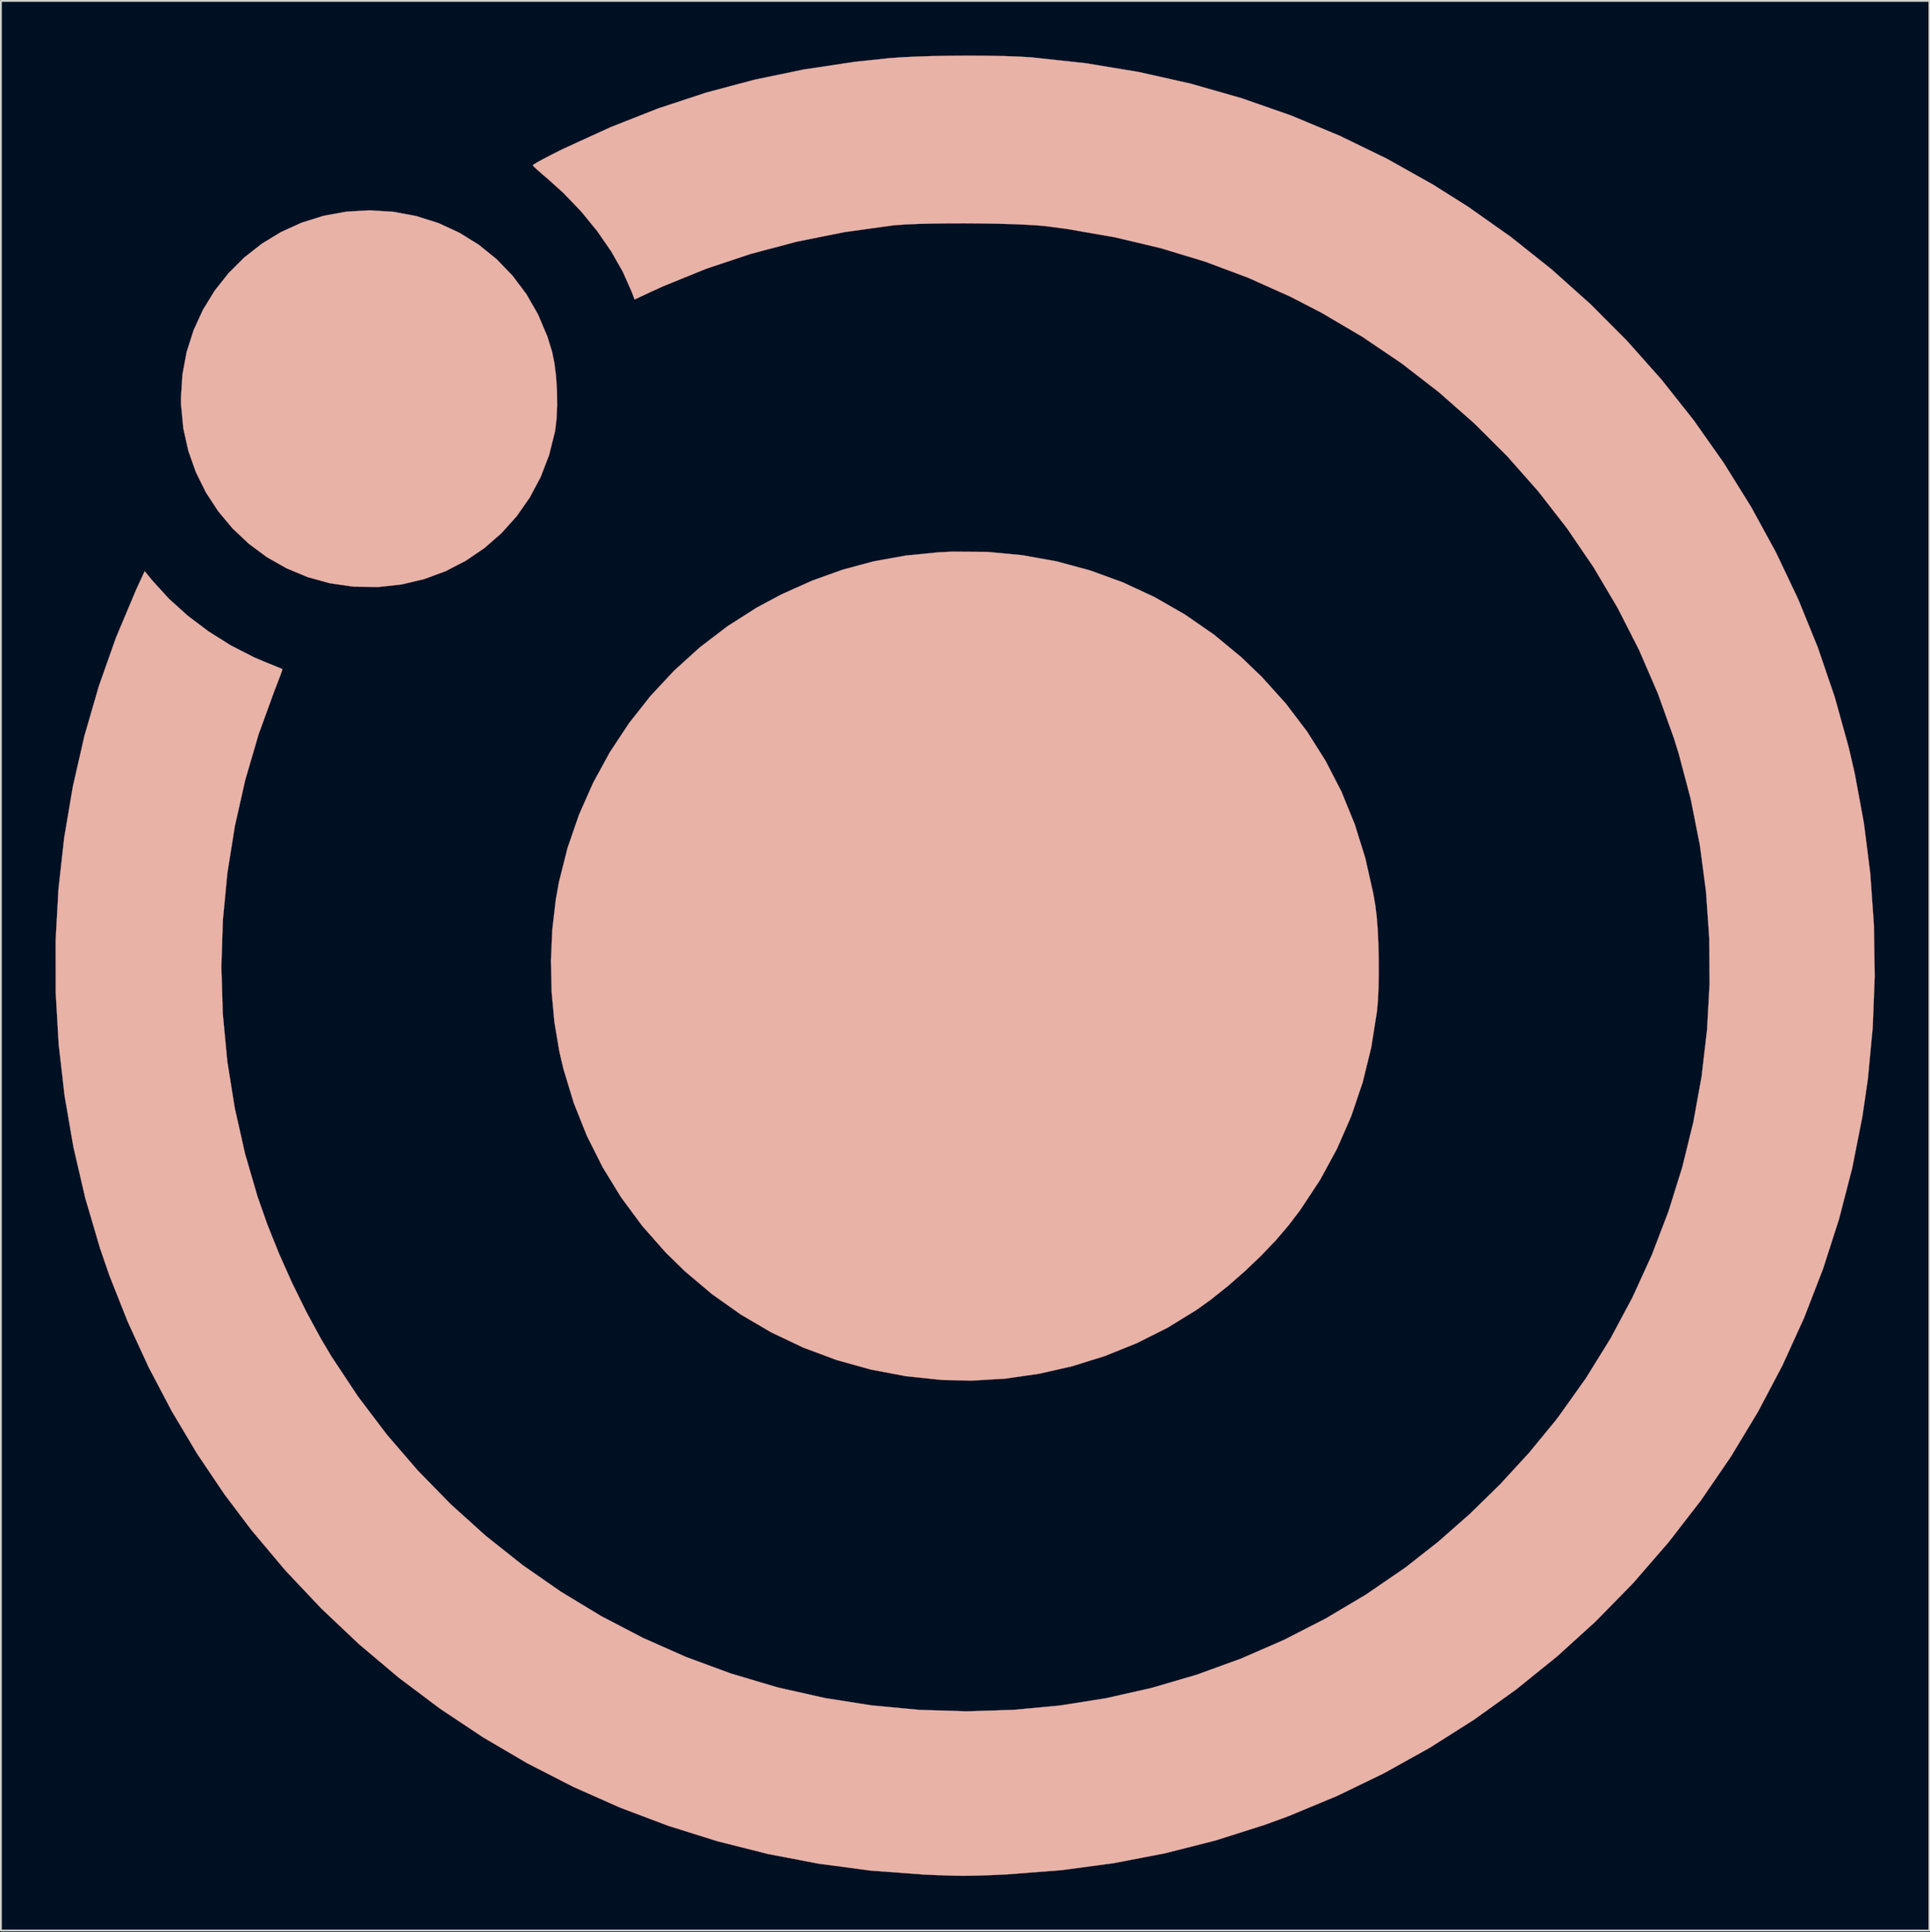
<source format=kicad_pcb>
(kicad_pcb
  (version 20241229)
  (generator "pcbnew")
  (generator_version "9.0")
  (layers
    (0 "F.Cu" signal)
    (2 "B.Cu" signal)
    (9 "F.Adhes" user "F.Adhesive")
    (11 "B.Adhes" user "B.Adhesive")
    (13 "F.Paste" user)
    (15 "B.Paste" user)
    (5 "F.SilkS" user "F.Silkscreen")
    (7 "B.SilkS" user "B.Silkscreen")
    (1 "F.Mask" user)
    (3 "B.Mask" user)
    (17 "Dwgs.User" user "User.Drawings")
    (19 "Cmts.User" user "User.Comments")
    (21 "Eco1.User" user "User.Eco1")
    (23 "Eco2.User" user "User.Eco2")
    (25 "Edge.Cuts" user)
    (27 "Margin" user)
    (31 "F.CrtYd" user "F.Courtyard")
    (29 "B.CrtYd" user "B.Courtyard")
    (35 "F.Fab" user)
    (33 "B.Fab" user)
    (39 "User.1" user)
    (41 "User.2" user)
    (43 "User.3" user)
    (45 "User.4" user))
  (footprint "ionic_10x10_B"
    (layer "F.Cu")
    (at 49.895 49.896)
    (property "Reference" "ionic_10x10_B" (at 0 0 0) (layer "B.SilkS") (effects (font (size 1.524 1.524) (thickness 0.3))))
    (attr through_hole)
    (fp_poly (pts (xy -31.355 -41.321) (xy -30.079 -41.083) (xy -28.864 -40.697) (xy -27.719 -40.169) (xy -26.655 -39.508) (xy -25.681 -38.721) (xy -24.808 -37.817) (xy -24.045 -36.802) (xy -23.403 -35.685) (xy -22.891 -34.474) (xy -22.628 -33.619) (xy -22.503 -33.003) (xy -22.414 -32.276) (xy -22.364 -31.489) (xy -22.355 -30.696) (xy -22.388 -29.95) (xy -22.466 -29.305) (xy -22.475 -29.252) (xy -22.796 -27.966) (xy -23.261 -26.758) (xy -23.858 -25.636) (xy -24.577 -24.608) (xy -25.408 -23.682) (xy -26.341 -22.867) (xy -27.364 -22.17) (xy -28.468 -21.599) (xy -29.641 -21.163) (xy -30.874 -20.869) (xy -32.155 -20.725) (xy -33.475 -20.741) (xy -33.57 -20.748) (xy -34.845 -20.933) (xy -36.062 -21.271) (xy -37.213 -21.75) (xy -38.288 -22.361) (xy -39.277 -23.092) (xy -40.171 -23.934) (xy -40.96 -24.876) (xy -41.635 -25.908) (xy -42.187 -27.02) (xy -42.605 -28.2) (xy -42.881 -29.439) (xy -43.004 -30.725) (xy -43.01 -31.079) (xy -42.93 -32.379) (xy -42.695 -33.63) (xy -42.314 -34.823) (xy -41.798 -35.947) (xy -41.155 -36.994) (xy -40.396 -37.952) (xy -39.531 -38.814) (xy -38.568 -39.569) (xy -37.518 -40.207) (xy -36.391 -40.719) (xy -35.195 -41.096) (xy -33.941 -41.326) (xy -32.681 -41.402) (xy -31.355 -41.321)) (stroke (width 0.01) (type solid)) (fill yes) (layer "B.SilkS"))
    (fp_poly (pts (xy 1.273 -22.649) (xy 3.196 -22.469) (xy 5.084 -22.128) (xy 6.928 -21.628) (xy 8.721 -20.973) (xy 10.454 -20.166) (xy 12.119 -19.211) (xy 13.709 -18.11) (xy 15.214 -16.867) (xy 16.346 -15.779) (xy 17.662 -14.316) (xy 18.827 -12.782) (xy 19.842 -11.174) (xy 20.71 -9.487) (xy 21.433 -7.716) (xy 22.014 -5.857) (xy 22.454 -3.905) (xy 22.567 -3.251) (xy 22.638 -2.683) (xy 22.694 -1.987) (xy 22.733 -1.204) (xy 22.754 -0.376) (xy 22.758 0.458) (xy 22.744 1.256) (xy 22.71 1.978) (xy 22.659 2.564) (xy 22.346 4.54) (xy 21.876 6.458) (xy 21.249 8.315) (xy 20.468 10.104) (xy 19.535 11.822) (xy 18.453 13.463) (xy 17.811 14.309) (xy 17.109 15.132) (xy 16.29 15.989) (xy 15.392 16.845) (xy 14.453 17.665) (xy 13.512 18.413) (xy 12.742 18.964) (xy 11.156 19.938) (xy 9.48 20.779) (xy 7.732 21.485) (xy 5.931 22.048) (xy 4.095 22.465) (xy 2.241 22.731) (xy 0.388 22.84) (xy -1.228 22.803) (xy -3.213 22.596) (xy -5.147 22.229) (xy -7.025 21.705) (xy -8.84 21.027) (xy -10.586 20.198) (xy -12.256 19.221) (xy -13.845 18.098) (xy -15.345 16.833) (xy -16.399 15.802) (xy -17.686 14.343) (xy -18.839 12.783) (xy -19.852 11.132) (xy -20.722 9.401) (xy -21.442 7.598) (xy -22.008 5.732) (xy -22.233 4.772) (xy -22.502 3.178) (xy -22.656 1.505) (xy -22.695 -0.204) (xy -22.62 -1.904) (xy -22.43 -3.551) (xy -22.256 -4.522) (xy -21.782 -6.403) (xy -21.154 -8.223) (xy -20.378 -9.976) (xy -19.462 -11.651) (xy -18.412 -13.241) (xy -17.234 -14.736) (xy -15.936 -16.128) (xy -14.523 -17.409) (xy -13.003 -18.569) (xy -11.383 -19.601) (xy -10.042 -20.317) (xy -8.346 -21.077) (xy -6.663 -21.68) (xy -4.965 -22.135) (xy -3.222 -22.448) (xy -1.404 -22.628) (xy -0.677 -22.663) (xy 1.273 -22.649)) (stroke (width 0.01) (type solid)) (fill yes) (layer "B.SilkS"))
    (fp_poly (pts (xy 1.205 -49.886) (xy 2.122 -49.869) (xy 2.948 -49.84) (xy 3.646 -49.8) (xy 3.725 -49.793) (xy 6.678 -49.474) (xy 9.579 -48.994) (xy 12.424 -48.356) (xy 15.212 -47.56) (xy 17.939 -46.608) (xy 20.602 -45.499) (xy 23.199 -44.236) (xy 25.726 -42.819) (xy 27.644 -41.61) (xy 29.997 -39.951) (xy 32.242 -38.165) (xy 34.375 -36.257) (xy 36.39 -34.235) (xy 38.285 -32.104) (xy 40.054 -29.872) (xy 41.693 -27.544) (xy 43.198 -25.127) (xy 44.565 -22.626) (xy 45.789 -20.049) (xy 46.865 -17.402) (xy 47.79 -14.691) (xy 48.559 -11.923) (xy 48.891 -10.487) (xy 49.394 -7.763) (xy 49.745 -4.986) (xy 49.942 -2.174) (xy 49.987 0.651) (xy 49.877 3.469) (xy 49.614 6.26) (xy 49.314 8.328) (xy 48.752 11.174) (xy 48.03 13.97) (xy 47.149 16.709) (xy 46.113 19.388) (xy 44.923 22.001) (xy 43.582 24.544) (xy 42.092 27.012) (xy 40.456 29.401) (xy 38.675 31.705) (xy 36.753 33.921) (xy 36.646 34.036) (xy 34.65 36.072) (xy 32.535 37.99) (xy 30.309 39.787) (xy 27.981 41.456) (xy 25.558 42.991) (xy 23.049 44.388) (xy 20.463 45.641) (xy 17.808 46.744) (xy 16.51 47.219) (xy 13.791 48.083) (xy 11.016 48.787) (xy 8.185 49.331) (xy 5.297 49.716) (xy 2.351 49.942) (xy 2.159 49.951) (xy 1.464 49.982) (xy 0.89 50.004) (xy 0.395 50.016) (xy -0.063 50.02) (xy -0.527 50.015) (xy -1.04 50) (xy -1.644 49.977) (xy -2.254 49.95) (xy -5.132 49.737) (xy -7.977 49.36) (xy -10.781 48.823) (xy -13.54 48.128) (xy -16.247 47.279) (xy -18.896 46.28) (xy -21.481 45.133) (xy -23.996 43.843) (xy -26.435 42.411) (xy -28.792 40.842) (xy -31.061 39.138) (xy -33.236 37.304) (xy -35.311 35.341) (xy -37.28 33.255) (xy -39.137 31.047) (xy -40.619 29.083) (xy -42.117 26.861) (xy -43.511 24.523) (xy -44.787 22.097) (xy -45.931 19.61) (xy -46.93 17.09) (xy -47.453 15.574) (xy -48.263 12.819) (xy -48.911 10.03) (xy -49.397 7.215) (xy -49.722 4.381) (xy -49.886 1.538) (xy -49.89 -1.306) (xy -49.734 -4.144) (xy -49.419 -6.967) (xy -48.945 -9.768) (xy -48.313 -12.536) (xy -47.523 -15.266) (xy -46.576 -17.947) (xy -45.471 -20.573) (xy -45.325 -20.892) (xy -45 -21.591) (xy -44.577 -21.073) (xy -43.672 -20.081) (xy -42.631 -19.142) (xy -41.485 -18.279) (xy -40.264 -17.513) (xy -38.999 -16.867) (xy -38.417 -16.618) (xy -38.048 -16.47) (xy -37.741 -16.344) (xy -37.528 -16.255) (xy -37.441 -16.215) (xy -37.44 -16.215) (xy -37.461 -16.133) (xy -37.535 -15.923) (xy -37.651 -15.613) (xy -37.798 -15.234) (xy -37.851 -15.102) (xy -38.747 -12.636) (xy -39.481 -10.129) (xy -40.052 -7.591) (xy -40.461 -5.029) (xy -40.708 -2.452) (xy -40.791 0.134) (xy -40.711 2.719) (xy -40.468 5.296) (xy -40.06 7.857) (xy -39.489 10.393) (xy -38.804 12.742) (xy -38.262 14.281) (xy -37.621 15.878) (xy -36.903 17.486) (xy -36.13 19.056) (xy -35.325 20.539) (xy -34.755 21.5) (xy -33.295 23.703) (xy -31.712 25.794) (xy -30.01 27.77) (xy -28.196 29.626) (xy -26.275 31.358) (xy -24.253 32.963) (xy -22.136 34.434) (xy -19.929 35.769) (xy -17.639 36.963) (xy -15.27 38.012) (xy -12.829 38.912) (xy -10.321 39.658) (xy -10.139 39.705) (xy -7.626 40.268) (xy -5.068 40.67) (xy -2.48 40.912) (xy 0.125 40.992) (xy 2.73 40.91) (xy 5.249 40.674) (xy 7.78 40.274) (xy 10.286 39.708) (xy 12.757 38.984) (xy 15.182 38.104) (xy 17.549 37.073) (xy 19.845 35.897) (xy 22.061 34.579) (xy 24.184 33.125) (xy 24.241 33.083) (xy 26.016 31.69) (xy 27.757 30.159) (xy 29.431 28.52) (xy 31.008 26.804) (xy 32.457 25.041) (xy 32.628 24.819) (xy 34.13 22.71) (xy 35.486 20.52) (xy 36.695 18.258) (xy 37.755 15.932) (xy 38.665 13.55) (xy 39.424 11.119) (xy 40.031 8.649) (xy 40.483 6.146) (xy 40.78 3.619) (xy 40.92 1.075) (xy 40.901 -1.476) (xy 40.724 -4.027) (xy 40.385 -6.571) (xy 39.884 -9.099) (xy 39.22 -11.603) (xy 38.97 -12.404) (xy 38.086 -14.87) (xy 37.053 -17.262) (xy 35.875 -19.573) (xy 34.557 -21.798) (xy 33.105 -23.93) (xy 31.523 -25.965) (xy 29.818 -27.895) (xy 27.992 -29.716) (xy 26.053 -31.421) (xy 24.005 -33.005) (xy 21.852 -34.461) (xy 19.6 -35.785) (xy 17.907 -36.659) (xy 15.595 -37.696) (xy 13.222 -38.584) (xy 10.779 -39.325) (xy 8.259 -39.922) (xy 5.653 -40.376) (xy 4.53 -40.526) (xy 4.029 -40.573) (xy 3.389 -40.612) (xy 2.639 -40.643) (xy 1.809 -40.667) (xy 0.929 -40.681) (xy 0.027 -40.688) (xy -0.866 -40.686) (xy -1.72 -40.675) (xy -2.507 -40.656) (xy -3.196 -40.627) (xy -3.758 -40.589) (xy -3.937 -40.571) (xy -6.596 -40.202) (xy -9.193 -39.681) (xy -11.721 -39.01) (xy -14.175 -38.192) (xy -16.546 -37.227) (xy -17.2 -36.929) (xy -18.102 -36.507) (xy -18.25 -36.902) (xy -18.743 -38.017) (xy -19.384 -39.145) (xy -20.154 -40.26) (xy -21.036 -41.338) (xy -22.011 -42.354) (xy -22.86 -43.119) (xy -23.17 -43.383) (xy -23.429 -43.612) (xy -23.612 -43.781) (xy -23.692 -43.867) (xy -23.693 -43.869) (xy -23.629 -43.926) (xy -23.432 -44.045) (xy -23.126 -44.213) (xy -22.729 -44.42) (xy -22.264 -44.655) (xy -22 -44.785) (xy -19.406 -45.971) (xy -16.806 -46.994) (xy -14.182 -47.859) (xy -11.519 -48.571) (xy -8.799 -49.134) (xy -6.006 -49.553) (xy -4.149 -49.75) (xy -3.457 -49.8) (xy -2.636 -49.839) (xy -1.723 -49.868) (xy -0.754 -49.885) (xy 0.235 -49.891) (xy 1.205 -49.886)) (stroke (width 0.01) (type solid)) (fill yes) (layer "B.SilkS")))
  (gr_rect
    (start -3 -3)
    (end 102.887 102.921)
    (stroke (width 0.1) (type default))
    (fill no)
    (layer "Edge.Cuts")))
</source>
